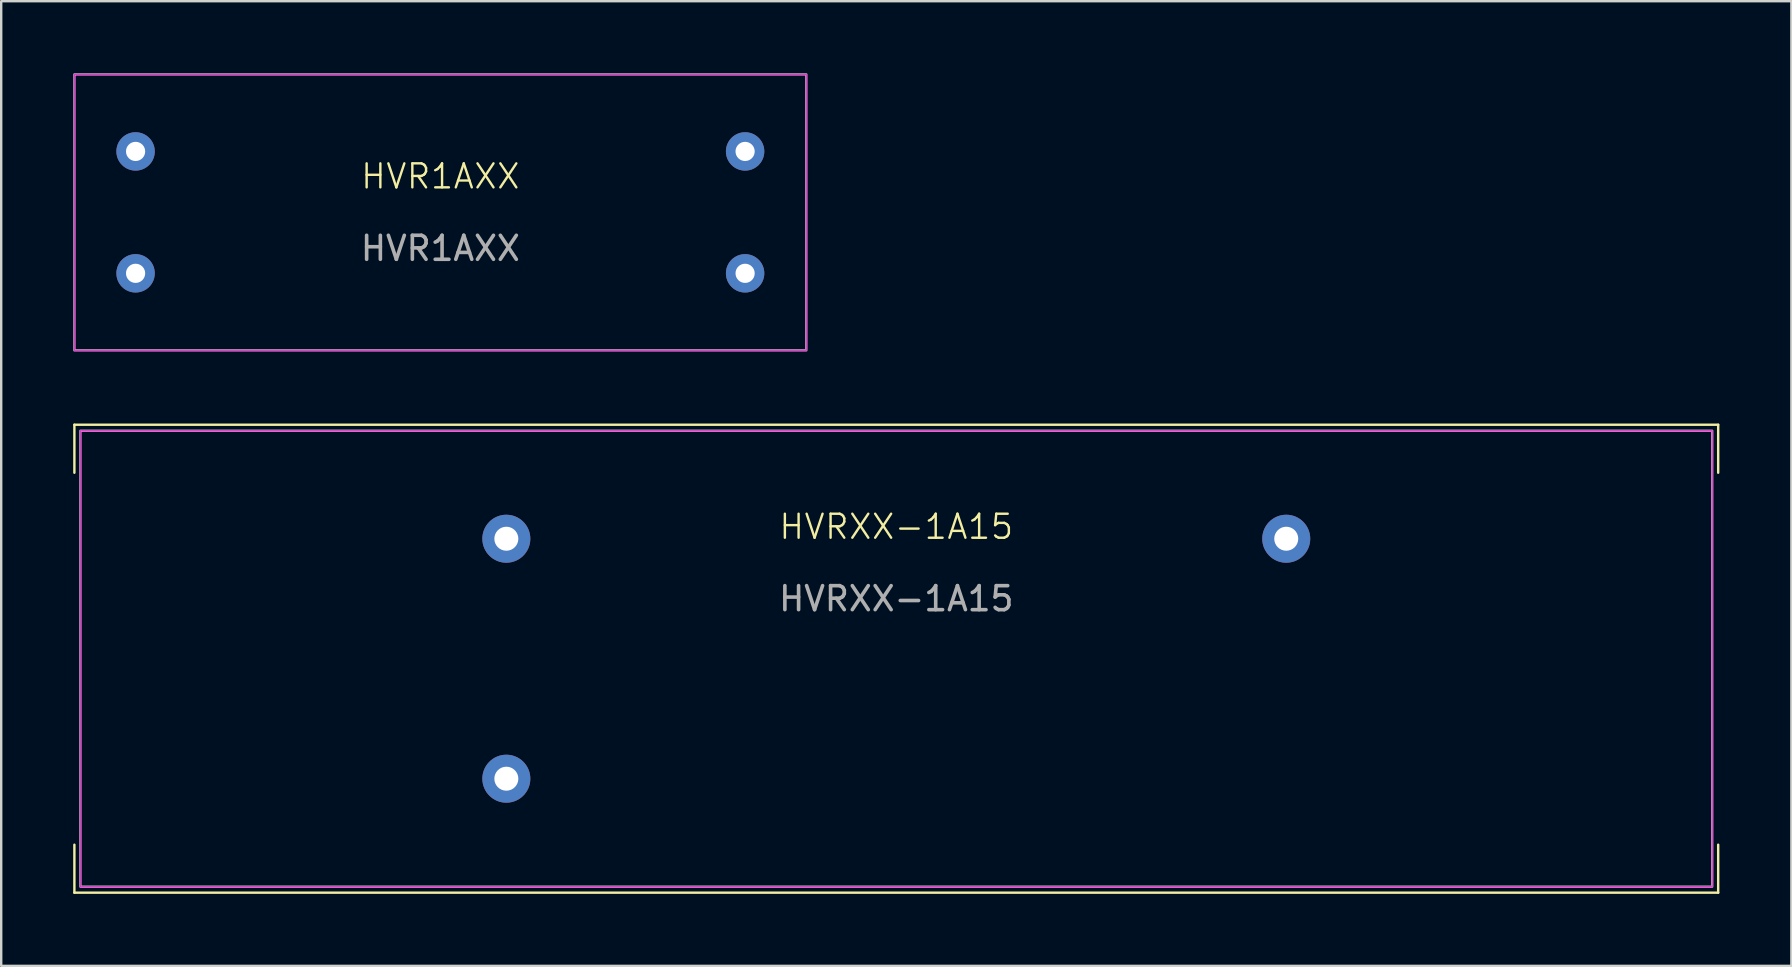
<source format=kicad_pcb>
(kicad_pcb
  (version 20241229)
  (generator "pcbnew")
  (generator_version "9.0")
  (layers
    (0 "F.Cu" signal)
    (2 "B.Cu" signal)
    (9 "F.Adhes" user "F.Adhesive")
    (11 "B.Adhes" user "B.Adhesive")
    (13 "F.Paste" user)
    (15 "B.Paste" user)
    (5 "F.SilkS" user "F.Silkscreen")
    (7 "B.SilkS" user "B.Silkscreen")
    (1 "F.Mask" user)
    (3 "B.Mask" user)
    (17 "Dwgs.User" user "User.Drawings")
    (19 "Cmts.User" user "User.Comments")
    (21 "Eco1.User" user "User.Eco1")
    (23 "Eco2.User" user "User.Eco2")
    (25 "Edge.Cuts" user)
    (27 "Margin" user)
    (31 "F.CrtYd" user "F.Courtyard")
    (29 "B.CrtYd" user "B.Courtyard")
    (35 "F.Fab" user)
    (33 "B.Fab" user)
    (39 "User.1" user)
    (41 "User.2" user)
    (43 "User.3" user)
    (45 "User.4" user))
  (footprint "HVRXX-1A15"
    (layer "F.Cu")
    (at 34.3 24.4)
    (property "Reference" "HVRXX-1A15" (at 0 -5.5 0) (unlocked yes) (layer "F.SilkS") (effects (font (size 1 1) (thickness 0.1))))
    (attr smd)
    (fp_line (start -34.25 -9.75) (end -34.25 -7.75) (stroke (width 0.1) (type default)) (layer "F.SilkS"))
    (fp_line (start -34.25 -9.75) (end 34.25 -9.75) (stroke (width 0.1) (type default)) (layer "F.SilkS"))
    (fp_line (start -34.25 9.75) (end -34.25 7.75) (stroke (width 0.1) (type default)) (layer "F.SilkS"))
    (fp_line (start 34.25 -9.75) (end 34.25 -7.75) (stroke (width 0.1) (type default)) (layer "F.SilkS"))
    (fp_line (start 34.25 9.75) (end -34.25 9.75) (stroke (width 0.1) (type default)) (layer "F.SilkS"))
    (fp_line (start 34.25 9.75) (end 34.25 7.75) (stroke (width 0.1) (type default)) (layer "F.SilkS"))
    (fp_rect (start -34 -9.5) (end 34 9.5) (stroke (width 0.05) (type default)) (fill no) (layer "F.CrtYd"))
    (fp_rect (start -34 -9.5) (end 34 9.5) (stroke (width 0.1) (type solid)) (fill no) (layer "F.Fab"))
    (fp_text user "${REFERENCE}" (at 0 -2.5 0) (unlocked yes) (layer "F.Fab") (effects (font (size 1 1) (thickness 0.15))))
    (pad "1" thru_hole circle (at -16.25 -5) (size 2 2) (drill 1) (layers "*.Cu" "*.Mask"))
    (pad "2" thru_hole circle (at 16.25 -5) (size 2 2) (drill 1) (layers "*.Cu" "*.Mask"))
    (pad "3" thru_hole circle (at -16.25 5) (size 2 2) (drill 1) (layers "*.Cu" "*.Mask")))
  (footprint "HVR1AXX"
    (layer "F.Cu")
    (at 15.3 5.8)
    (property "Reference" "HVR1AXX" (at 0 -1.5 0) (unlocked yes) (layer "F.SilkS") (effects (font (size 1 1) (thickness 0.1))))
    (attr through_hole)
    (fp_rect (start -15.25 -5.75) (end 15.25 5.75) (stroke (width 0.05) (type default)) (fill no) (layer "F.CrtYd"))
    (fp_rect (start -15.25 -5.75) (end 15.25 5.75) (stroke (width 0.1) (type default)) (fill no) (layer "F.Fab"))
    (fp_text user "${REFERENCE}" (at 0 1.5 0) (unlocked yes) (layer "F.Fab") (effects (font (size 1 1) (thickness 0.15))))
    (pad "1" thru_hole circle (at -12.7 -2.54) (size 1.6 1.6) (drill 0.8) (layers "*.Cu" "*.Mask"))
    (pad "2" thru_hole circle (at 12.7 -2.54) (size 1.6 1.6) (drill 0.8) (layers "*.Cu" "*.Mask"))
    (pad "3" thru_hole circle (at -12.7 2.54) (size 1.6 1.6) (drill 0.8) (layers "*.Cu" "*.Mask"))
    (pad "4" thru_hole circle (at 12.7 2.54) (size 1.6 1.6) (drill 0.8) (layers "*.Cu" "*.Mask")))
  (gr_rect
    (start -3 -3)
    (end 71.6 37.2)
    (stroke (width 0.1) (type default))
    (fill no)
    (layer "Edge.Cuts")))
</source>
